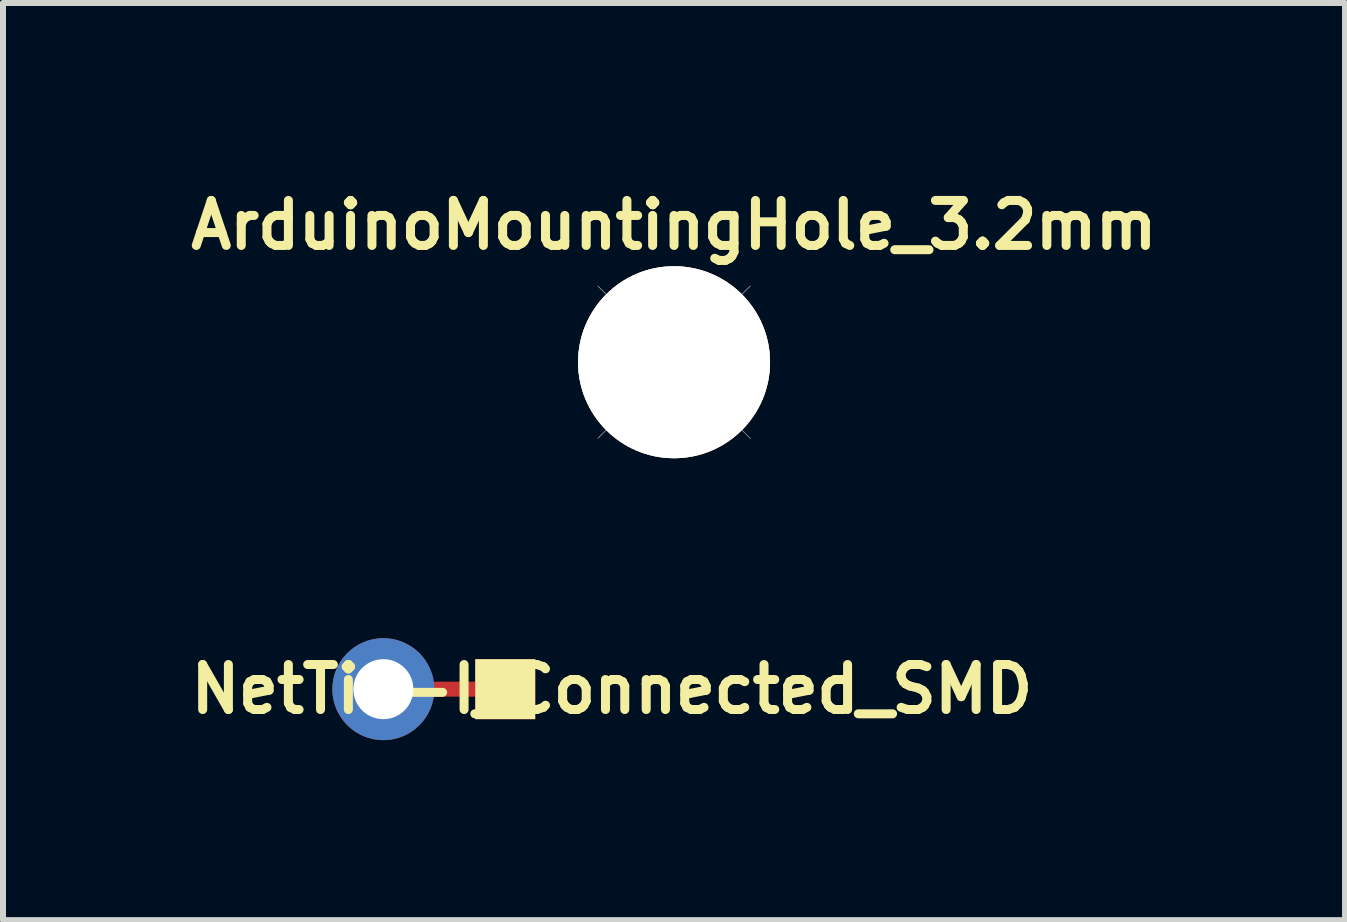
<source format=kicad_pcb>
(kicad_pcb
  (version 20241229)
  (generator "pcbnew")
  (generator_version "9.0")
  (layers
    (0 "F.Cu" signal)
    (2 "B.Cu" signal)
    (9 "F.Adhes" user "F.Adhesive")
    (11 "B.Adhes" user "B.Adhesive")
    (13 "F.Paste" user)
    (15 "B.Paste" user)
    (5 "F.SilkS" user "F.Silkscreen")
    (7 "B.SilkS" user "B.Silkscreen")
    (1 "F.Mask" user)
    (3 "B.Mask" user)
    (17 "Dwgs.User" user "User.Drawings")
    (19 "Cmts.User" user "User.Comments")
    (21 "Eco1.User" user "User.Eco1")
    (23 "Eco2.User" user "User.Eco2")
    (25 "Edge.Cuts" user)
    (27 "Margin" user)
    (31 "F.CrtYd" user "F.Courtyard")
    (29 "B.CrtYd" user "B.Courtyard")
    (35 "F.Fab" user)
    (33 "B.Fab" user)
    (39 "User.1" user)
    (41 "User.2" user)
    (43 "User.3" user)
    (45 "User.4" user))
  (footprint "ArduinoMountingHole_3.2mm"
    (layer "F.Cu")
    (at 8.186 2.988)
    (property "Reference" "ArduinoMountingHole_3.2mm" (at 0 -2.286 0) (layer "F.SilkS") (effects (font (size 0.75 0.75) (thickness 0.15))))
    (attr through_hole)
    (fp_line (start -1.27 -1.27) (end 1.27 1.27) (stroke (width 0.01) (type solid)) (layer "Dwgs.User"))
    (fp_line (start 1.27 -1.27) (end -1.27 1.27) (stroke (width 0.01) (type solid)) (layer "Dwgs.User"))
    (pad "" np_thru_hole circle (at 0 0) (size 3.2 3.2) (drill 3.2) (layers "*.Cu" "*.SilkS" "*.Mask")))
  (footprint "NetTie-I_Connected_SMD"
    (layer "F.Cu")
    (at 4.356 8.438)
    (property "Reference" "NetTie-I_Connected_SMD" (at 2.794 0 0) (layer "F.SilkS") (effects (font (size 0.75 0.75) (thickness 0.15))))
    (attr through_hole)
    (fp_line (start 0.762 0) (end -0.762 0) (stroke (width 0.25) (type solid)) (layer "F.Cu"))
    (pad "1" thru_hole circle (at -1.016 0) (size 1.7 1.7) (drill 1) (layers "*.Cu" "*.Mask"))
    (pad "2" smd rect (at 1.016 0) (size 1 1) (layers "F.Cu" "F.Mask" "F.SilkS")))
  (gr_rect
    (start -3 -3)
    (end 19.371 12.288)
    (stroke (width 0.1) (type default))
    (fill no)
    (layer "Edge.Cuts")))
</source>
